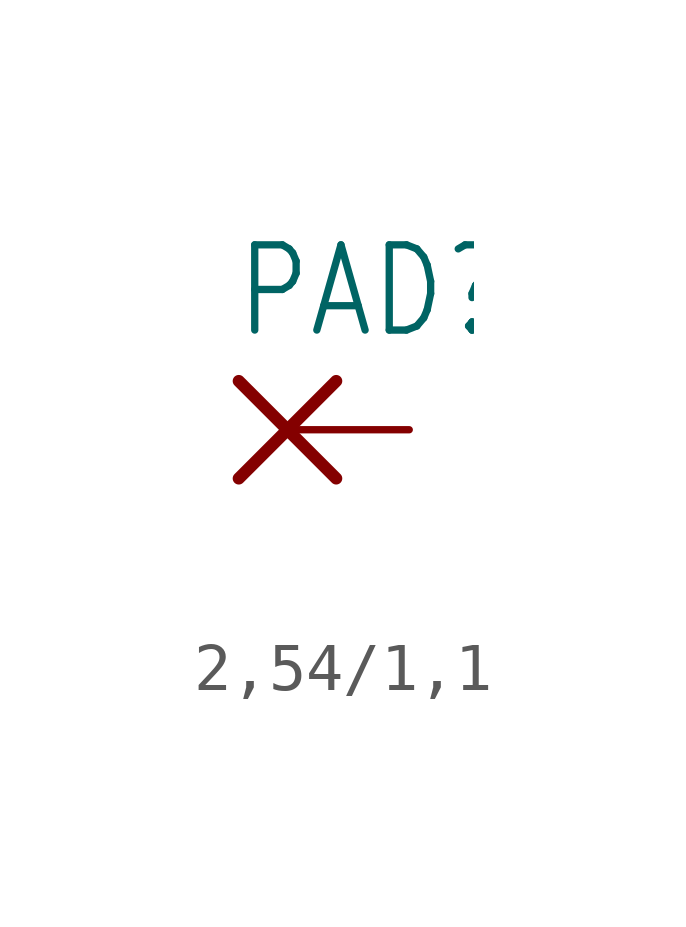
<source format=kicad_sym>
(kicad_symbol_lib
  (version 20220914)
  (generator kicad_symbol_editor)
  (symbol "2,54/1,1"
    (property "Reference" "PAD"
      (at -1.143 1.854 0)
      (effects (font (size 1.778 1.511)) (justify left bottom)))
    (property "Value" ""
      (at -1.143 -3.302 0)
      (effects (font (size 1.778 1.511)) (justify left bottom)))
    (property "ki_locked" ""
      (at 0 0 0)
      (effects (font (size 1.27 1.27))))
    (symbol "2,54/1,1_1_0"
      (polyline (pts (xy -1.016 -1.016) (xy 1.016 1.016)) (stroke (width 0.254) (type solid)) (fill (type none)))
      (polyline (pts (xy -1.016 1.016) (xy 1.016 -1.016)) (stroke (width 0.254) (type solid)) (fill (type none)))
      (pin passive line (at 2.54 0 180) (length 2.54) (name "P" (effects (font (size 0 0)))) (number "1" (effects (font (size 0 0))))))))
</source>
